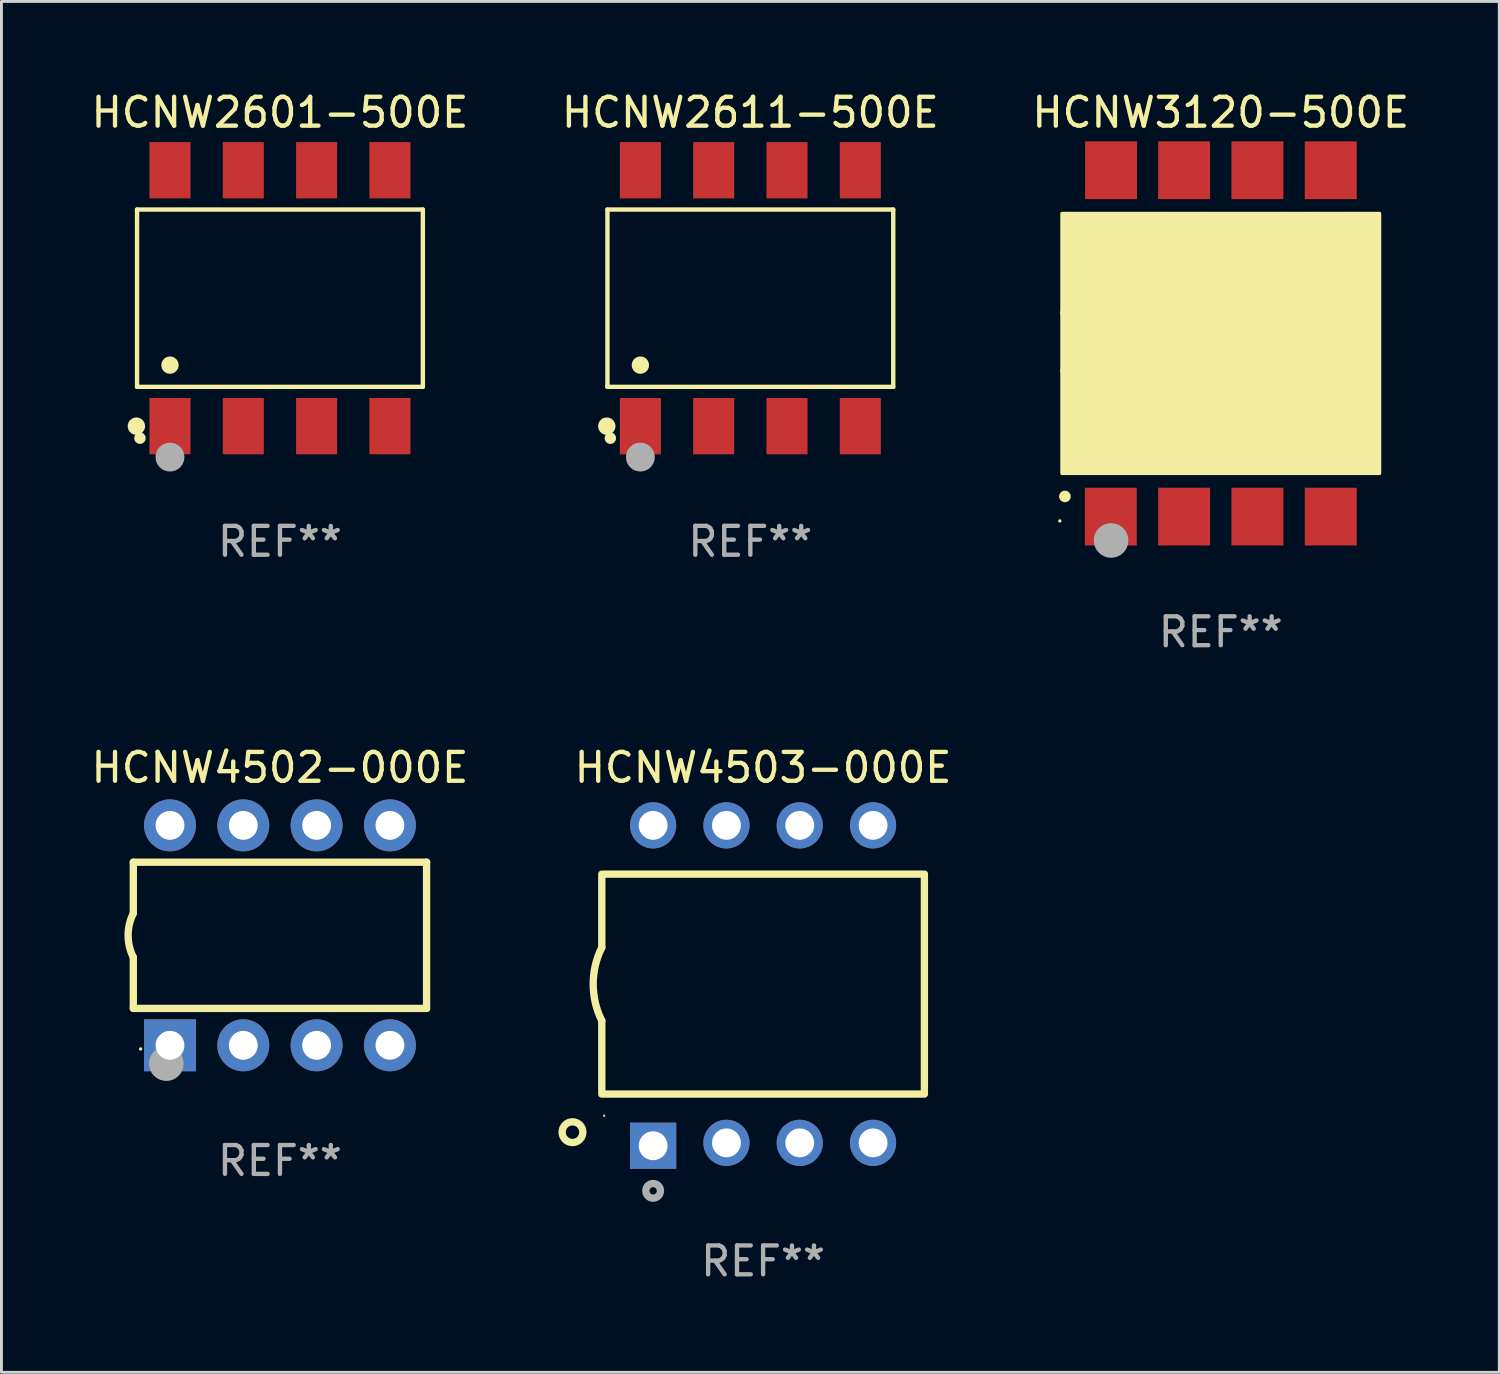
<source format=kicad_pcb>
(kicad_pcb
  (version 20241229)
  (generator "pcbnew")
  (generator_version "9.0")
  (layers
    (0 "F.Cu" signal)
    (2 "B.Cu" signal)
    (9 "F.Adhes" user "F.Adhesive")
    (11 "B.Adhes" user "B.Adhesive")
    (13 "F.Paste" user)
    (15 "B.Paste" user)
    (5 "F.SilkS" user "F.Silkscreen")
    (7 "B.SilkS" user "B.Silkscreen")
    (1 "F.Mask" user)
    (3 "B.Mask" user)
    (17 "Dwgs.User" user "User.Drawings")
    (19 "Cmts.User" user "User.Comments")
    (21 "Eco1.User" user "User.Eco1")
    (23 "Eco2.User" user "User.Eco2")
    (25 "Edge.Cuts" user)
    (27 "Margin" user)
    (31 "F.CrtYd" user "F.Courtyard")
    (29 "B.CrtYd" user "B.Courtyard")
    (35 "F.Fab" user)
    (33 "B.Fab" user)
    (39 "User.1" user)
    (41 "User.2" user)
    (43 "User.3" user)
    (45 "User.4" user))
  (footprint "HCNW4502-000E"
    (layer "F.Cu")
    (at 6.649 29.355)
    (property "Reference" "HCNW4502-000E" (at 0 -5.81 0) (layer "F.SilkS") (effects (font (size 1 1) (thickness 0.15))))
    (attr through_hole)
    (fp_line (start -5.08 -2.534) (end 5.08 -2.534) (stroke (width 0.254) (type solid)) (layer "F.SilkS"))
    (fp_line (start -5.08 -0.762) (end -5.08 -2.534) (stroke (width 0.254) (type solid)) (layer "F.SilkS"))
    (fp_line (start -5.08 2.531) (end -5.08 0.762) (stroke (width 0.254) (type solid)) (layer "F.SilkS"))
    (fp_line (start -5.08 2.531) (end 5.08 2.531) (stroke (width 0.254) (type solid)) (layer "F.SilkS"))
    (fp_line (start 5.08 2.531) (end 5.08 -2.534) (stroke (width 0.254) (type solid)) (layer "F.SilkS"))
    (fp_arc (start -5.08001 0.762001) (mid -5.259894 0) (end -5.08001 -0.762002) (stroke (width 0.254001) (type solid)) (layer "F.SilkS"))
    (fp_circle (center -4.826 3.937) (end -4.796 3.937) (stroke (width 0.06) (type solid)) (fill no) (layer "F.SilkS"))
    (fp_circle (center -3.937 4.445) (end -3.637 4.445) (stroke (width 0.6) (type solid)) (fill no) (layer "F.Fab"))
    (fp_text user "REF**" (at 0 7.81 0) (layer "F.Fab") (effects (font (size 1 1) (thickness 0.15))))
    (pad "1" thru_hole rect (at -3.81 3.81) (size 1.8 1.8) (drill 1) (layers "*.Cu" "*.Mask"))
    (pad "2" thru_hole circle (at -1.27 3.81) (size 1.8 1.8) (drill 1) (layers "*.Cu" "*.Mask"))
    (pad "3" thru_hole circle (at 1.27 3.81) (size 1.8 1.8) (drill 1) (layers "*.Cu" "*.Mask"))
    (pad "4" thru_hole circle (at 3.81 3.81) (size 1.8 1.8) (drill 1) (layers "*.Cu" "*.Mask"))
    (pad "5" thru_hole circle (at 3.81 -3.81) (size 1.8 1.8) (drill 1) (layers "*.Cu" "*.Mask"))
    (pad "6" thru_hole circle (at 1.27 -3.81) (size 1.8 1.8) (drill 1) (layers "*.Cu" "*.Mask"))
    (pad "7" thru_hole circle (at -1.27 -3.81) (size 1.8 1.8) (drill 1) (layers "*.Cu" "*.Mask"))
    (pad "8" thru_hole circle (at -3.81 -3.81) (size 1.8 1.8) (drill 1) (layers "*.Cu" "*.Mask")))
  (footprint "HCNW2601-500E"
    (layer "F.Cu")
    (at 6.649 7.281)
    (property "Reference" "HCNW2601-500E" (at 0 -6.433 0) (layer "F.SilkS") (effects (font (size 1 1) (thickness 0.15))))
    (attr through_hole)
    (fp_line (start -4.951 -3.071) (end 4.951 -3.071) (stroke (width 0.152) (type solid)) (layer "F.SilkS"))
    (fp_line (start -4.951 3.071) (end -4.951 -3.071) (stroke (width 0.152) (type solid)) (layer "F.SilkS"))
    (fp_line (start 4.951 -3.071) (end 4.951 3.071) (stroke (width 0.152) (type solid)) (layer "F.SilkS"))
    (fp_line (start 4.951 3.071) (end -4.951 3.071) (stroke (width 0.152) (type solid)) (layer "F.SilkS"))
    (fp_circle (center -4.974 4.433) (end -4.823 4.433) (stroke (width 0.3) (type solid)) (fill no) (layer "F.SilkS"))
    (fp_circle (center -4.85 4.85) (end -4.75 4.85) (stroke (width 0.2) (type solid)) (fill no) (layer "F.SilkS"))
    (fp_circle (center -3.81 2.319) (end -3.66 2.319) (stroke (width 0.3) (type solid)) (fill no) (layer "F.SilkS"))
    (fp_circle (center -3.81 5.505) (end -3.56 5.505) (stroke (width 0.5) (type solid)) (fill no) (layer "F.Fab"))
    (fp_text user "REF**" (at 0 8.433 0) (layer "F.Fab") (effects (font (size 1 1) (thickness 0.15))))
    (pad "1" smd rect (at -3.81 4.433) (size 1.422 1.95) (layers "F.Cu" "F.Mask" "F.Paste"))
    (pad "2" smd rect (at -1.27 4.433) (size 1.422 1.95) (layers "F.Cu" "F.Mask" "F.Paste"))
    (pad "3" smd rect (at 1.27 4.433) (size 1.422 1.95) (layers "F.Cu" "F.Mask" "F.Paste"))
    (pad "4" smd rect (at 3.81 4.433) (size 1.422 1.95) (layers "F.Cu" "F.Mask" "F.Paste"))
    (pad "5" smd rect (at 3.81 -4.433) (size 1.422 1.95) (layers "F.Cu" "F.Mask" "F.Paste"))
    (pad "6" smd rect (at 1.27 -4.433) (size 1.422 1.95) (layers "F.Cu" "F.Mask" "F.Paste"))
    (pad "7" smd rect (at -1.27 -4.433) (size 1.422 1.95) (layers "F.Cu" "F.Mask" "F.Paste"))
    (pad "8" smd rect (at -3.81 -4.433) (size 1.422 1.95) (layers "F.Cu" "F.Mask" "F.Paste")))
  (footprint "HCNW3120-500E"
    (layer "F.Cu")
    (at 39.244 8.848)
    (property "Reference" "HCNW3120-500E" (at 0 -8 0) (layer "F.SilkS") (effects (font (size 1 1) (thickness 0.15))))
    (attr through_hole)
    (fp_arc (start -5.43561 -1.061722) (mid -4.435608 -0.06096) (end -5.435611 0.939802) (stroke (width 0.254001) (type solid)) (layer "F.SilkS"))
    (fp_arc (start -5.400051 5.300991) (mid -5.398781 5.300987) (end -5.397511 5.300991) (stroke (width 0.4) (type solid)) (layer "F.SilkS"))
    (fp_circle (center -5.575 6.15) (end -5.545 6.15) (stroke (width 0.06) (type solid)) (fill no) (layer "F.SilkS"))
    (fp_poly (pts (xy -5.5 -4.5) (xy 5.5 -4.5) (xy 5.5 4.5) (xy -5.5 4.5)) (stroke (width 0.12) (type solid)) (fill yes) (layer "F.SilkS"))
    (fp_circle (center -3.8 6.827) (end -3.5 6.827) (stroke (width 0.6) (type solid)) (fill no) (layer "F.Fab"))
    (fp_text user "REF**" (at 0 10 0) (layer "F.Fab") (effects (font (size 1 1) (thickness 0.15))))
    (pad "1" smd rect (at -3.81 6) (size 1.8 2) (layers "F.Cu" "F.Mask" "F.Paste"))
    (pad "2" smd rect (at -1.27 6) (size 1.8 2) (layers "F.Cu" "F.Mask" "F.Paste"))
    (pad "3" smd rect (at 1.27 6) (size 1.8 2) (layers "F.Cu" "F.Mask" "F.Paste"))
    (pad "4" smd rect (at 3.81 6) (size 1.8 2) (layers "F.Cu" "F.Mask" "F.Paste"))
    (pad "5" smd rect (at 3.81 -6 180) (size 1.8 2) (layers "F.Cu" "F.Mask" "F.Paste"))
    (pad "6" smd rect (at 1.27 -6 180) (size 1.8 2) (layers "F.Cu" "F.Mask" "F.Paste"))
    (pad "7" smd rect (at -1.27 -6 180) (size 1.8 2) (layers "F.Cu" "F.Mask" "F.Paste"))
    (pad "8" smd rect (at -3.8 -6 180) (size 1.8 2) (layers "F.Cu" "F.Mask" "F.Paste")))
  (footprint "HCNW2611-500E"
    (layer "F.Cu")
    (at 22.946 7.281)
    (property "Reference" "HCNW2611-500E" (at 0 -6.433 0) (layer "F.SilkS") (effects (font (size 1 1) (thickness 0.15))))
    (attr through_hole)
    (fp_line (start -4.951 -3.071) (end 4.951 -3.071) (stroke (width 0.152) (type solid)) (layer "F.SilkS"))
    (fp_line (start -4.951 3.071) (end -4.951 -3.071) (stroke (width 0.152) (type solid)) (layer "F.SilkS"))
    (fp_line (start 4.951 -3.071) (end 4.951 3.071) (stroke (width 0.152) (type solid)) (layer "F.SilkS"))
    (fp_line (start 4.951 3.071) (end -4.951 3.071) (stroke (width 0.152) (type solid)) (layer "F.SilkS"))
    (fp_circle (center -4.974 4.433) (end -4.823 4.433) (stroke (width 0.3) (type solid)) (fill no) (layer "F.SilkS"))
    (fp_circle (center -4.85 4.85) (end -4.75 4.85) (stroke (width 0.2) (type solid)) (fill no) (layer "F.SilkS"))
    (fp_circle (center -3.81 2.319) (end -3.66 2.319) (stroke (width 0.3) (type solid)) (fill no) (layer "F.SilkS"))
    (fp_circle (center -3.81 5.505) (end -3.56 5.505) (stroke (width 0.5) (type solid)) (fill no) (layer "F.Fab"))
    (fp_text user "REF**" (at 0 8.433 0) (layer "F.Fab") (effects (font (size 1 1) (thickness 0.15))))
    (pad "1" smd rect (at -3.81 4.433) (size 1.422 1.95) (layers "F.Cu" "F.Mask" "F.Paste"))
    (pad "2" smd rect (at -1.27 4.433) (size 1.422 1.95) (layers "F.Cu" "F.Mask" "F.Paste"))
    (pad "3" smd rect (at 1.27 4.433) (size 1.422 1.95) (layers "F.Cu" "F.Mask" "F.Paste"))
    (pad "4" smd rect (at 3.81 4.433) (size 1.422 1.95) (layers "F.Cu" "F.Mask" "F.Paste"))
    (pad "5" smd rect (at 3.81 -4.433) (size 1.422 1.95) (layers "F.Cu" "F.Mask" "F.Paste"))
    (pad "6" smd rect (at 1.27 -4.433) (size 1.422 1.95) (layers "F.Cu" "F.Mask" "F.Paste"))
    (pad "7" smd rect (at -1.27 -4.433) (size 1.422 1.95) (layers "F.Cu" "F.Mask" "F.Paste"))
    (pad "8" smd rect (at -3.81 -4.433) (size 1.422 1.95) (layers "F.Cu" "F.Mask" "F.Paste")))
  (footprint "HCNW4503-000E"
    (layer "F.Cu")
    (at 23.388 31.095)
    (property "Reference" "HCNW4503-000E" (at 0 -7.55 0) (layer "F.SilkS") (effects (font (size 1 1) (thickness 0.15))))
    (attr through_hole)
    (fp_line (start -5.588 -1.32) (end -5.588 -3.86) (stroke (width 0.254) (type solid)) (layer "F.SilkS"))
    (fp_line (start -5.588 3.76) (end -5.588 1.22) (stroke (width 0.254) (type solid)) (layer "F.SilkS"))
    (fp_line (start 5.5 -3.86) (end -5.5 -3.86) (stroke (width 0.254) (type solid)) (layer "F.SilkS"))
    (fp_line (start 5.5 3.76) (end -5.5 3.76) (stroke (width 0.254) (type solid)) (layer "F.SilkS"))
    (fp_line (start 5.588 3.76) (end 5.588 -3.86) (stroke (width 0.254) (type solid)) (layer "F.SilkS"))
    (fp_arc (start -5.588011 1.219583) (mid -5.886297 -0.050419) (end -5.588011 -1.320422) (stroke (width 0.254001) (type solid)) (layer "F.SilkS"))
    (fp_circle (center -6.604 5.08) (end -6.245 5.08) (stroke (width 0.254) (type solid)) (fill no) (layer "F.SilkS"))
    (fp_circle (center -5.505 4.508) (end -5.477 4.508) (stroke (width 0.03) (type solid)) (fill no) (layer "F.SilkS"))
    (fp_circle (center -3.81 7.112) (end -3.556 7.112) (stroke (width 0.254) (type solid)) (fill no) (layer "F.Fab"))
    (fp_text user "REF**" (at 0 9.55 0) (layer "F.Fab") (effects (font (size 1 1) (thickness 0.15))))
    (pad "1" thru_hole rect (at -3.81 5.55) (size 1.6 1.6) (drill 1) (layers "*.Cu" "*.Mask"))
    (pad "2" thru_hole circle (at -1.27 5.45) (size 1.6 1.6) (drill 1) (layers "*.Cu" "*.Mask"))
    (pad "3" thru_hole circle (at 1.27 5.45) (size 1.6 1.6) (drill 1) (layers "*.Cu" "*.Mask"))
    (pad "4" thru_hole circle (at 3.81 5.45) (size 1.6 1.6) (drill 1) (layers "*.Cu" "*.Mask"))
    (pad "5" thru_hole circle (at 3.81 -5.55) (size 1.6 1.6) (drill 1) (layers "*.Cu" "*.Mask"))
    (pad "6" thru_hole circle (at 1.27 -5.55) (size 1.6 1.6) (drill 1) (layers "*.Cu" "*.Mask"))
    (pad "7" thru_hole circle (at -1.27 -5.55) (size 1.6 1.6) (drill 1) (layers "*.Cu" "*.Mask"))
    (pad "8" thru_hole circle (at -3.81 -5.55) (size 1.6 1.6) (drill 1) (layers "*.Cu" "*.Mask")))
  (gr_rect
    (start -3 -3)
    (end 48.893 44.494)
    (stroke (width 0.1) (type default))
    (fill no)
    (layer "Edge.Cuts")))
</source>
